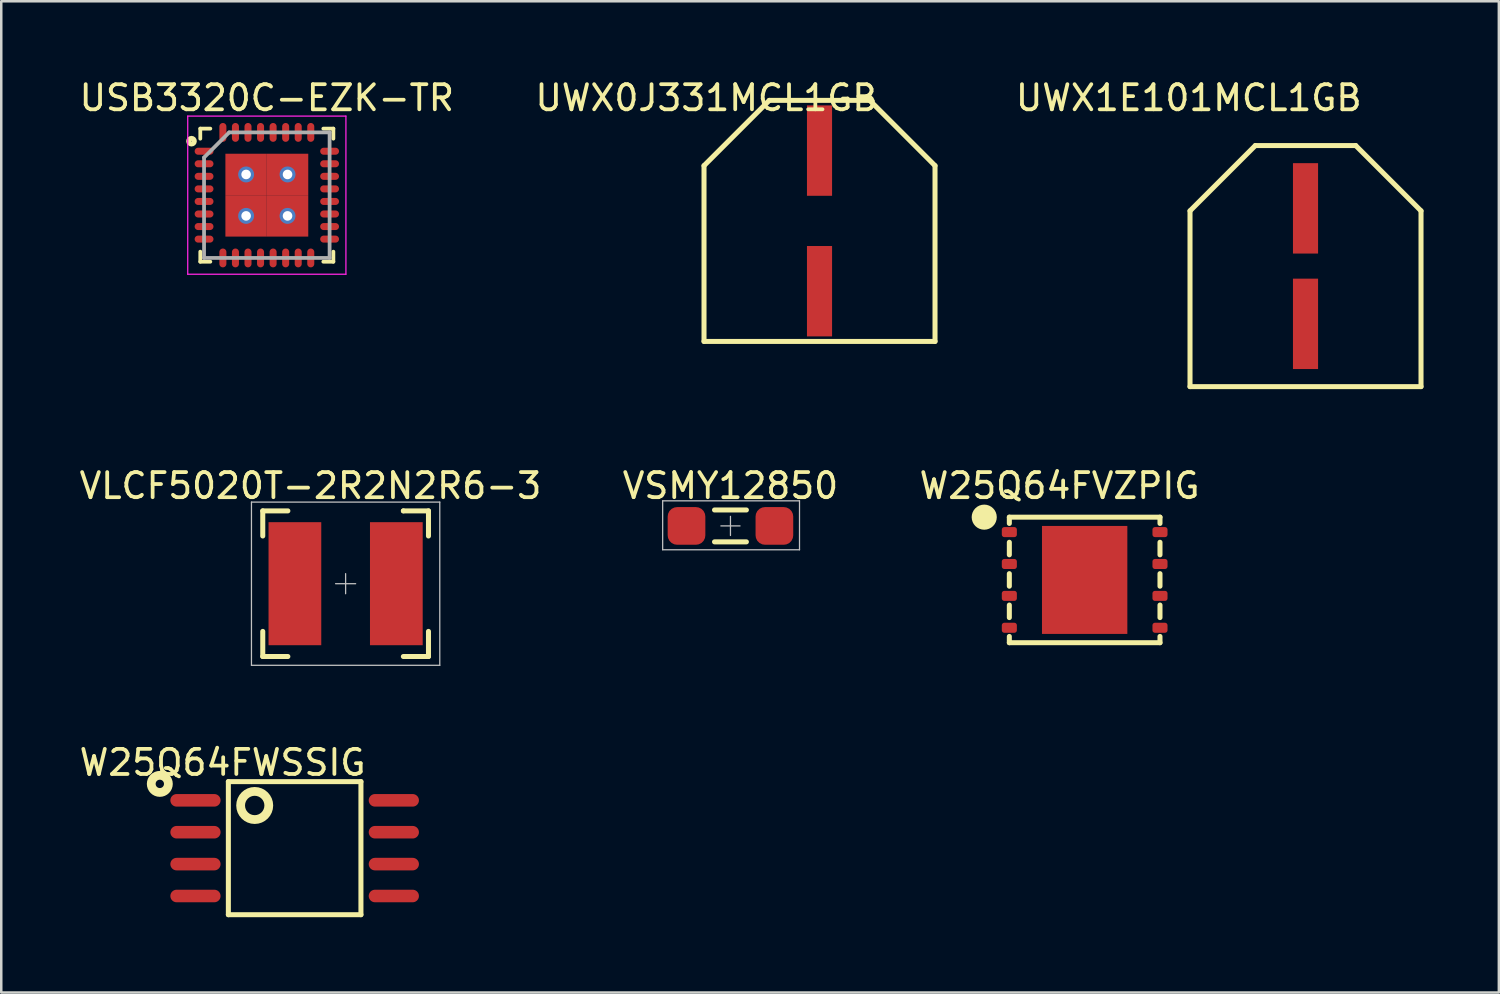
<source format=kicad_pcb>
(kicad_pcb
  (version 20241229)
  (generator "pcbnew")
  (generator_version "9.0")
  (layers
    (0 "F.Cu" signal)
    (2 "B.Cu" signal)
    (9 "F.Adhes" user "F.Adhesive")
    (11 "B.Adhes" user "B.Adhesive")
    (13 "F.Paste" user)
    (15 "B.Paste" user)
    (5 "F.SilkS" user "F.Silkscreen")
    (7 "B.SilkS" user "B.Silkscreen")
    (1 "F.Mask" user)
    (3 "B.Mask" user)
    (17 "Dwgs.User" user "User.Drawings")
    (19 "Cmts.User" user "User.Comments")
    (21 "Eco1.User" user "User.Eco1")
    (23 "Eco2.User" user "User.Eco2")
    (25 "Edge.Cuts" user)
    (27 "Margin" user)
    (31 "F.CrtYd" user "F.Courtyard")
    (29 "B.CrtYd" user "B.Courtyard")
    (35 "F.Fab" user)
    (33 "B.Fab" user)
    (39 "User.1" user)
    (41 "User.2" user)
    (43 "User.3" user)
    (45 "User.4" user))
  (footprint "UWX1E101MCL1GB"
    (layer "F.Cu")
    (at 48.945 7.548)
    (property "Reference" "UWX1E101MCL1GB" (at -4.65 -6.7 0) (layer "F.SilkS") (effects (font (size 1 1) (thickness 0.15))))
    (attr through_hole)
    (fp_line (start -4.6 -2.2) (end -4.6 4.8) (stroke (width 0.2) (type solid)) (layer "F.SilkS"))
    (fp_line (start -4.6 -2.2) (end -2 -4.8) (stroke (width 0.2) (type solid)) (layer "F.SilkS"))
    (fp_line (start -4.6 4.8) (end 4.6 4.8) (stroke (width 0.2) (type solid)) (layer "F.SilkS"))
    (fp_line (start -2 -4.8) (end 2 -4.8) (stroke (width 0.2) (type solid)) (layer "F.SilkS"))
    (fp_line (start 2 -4.8) (end 4.6 -2.2) (stroke (width 0.2) (type solid)) (layer "F.SilkS"))
    (fp_line (start 4.6 -2.2) (end 4.6 4.8) (stroke (width 0.2) (type solid)) (layer "F.SilkS"))
    (pad "1" smd rect (at 0 -2.3) (size 1 3.6) (layers "F.Cu" "F.Mask" "F.Paste"))
    (pad "2" smd rect (at 0 2.3) (size 1 3.6) (layers "F.Cu" "F.Mask" "F.Paste")))
  (footprint "W25Q64FVZPIG"
    (layer "F.Cu")
    (at 40.149 20.047)
    (property "Reference" "W25Q64FVZPIG" (at -1 -3.75 0) (layer "F.SilkS") (effects (font (size 1 1) (thickness 0.15))))
    (attr through_hole)
    (fp_line (start -3 -2.5) (end -3 -2.25) (stroke (width 0.2) (type solid)) (layer "F.SilkS"))
    (fp_line (start -3 -1.5) (end -3 -1) (stroke (width 0.2) (type solid)) (layer "F.SilkS"))
    (fp_line (start -3 -0.25) (end -3 0.25) (stroke (width 0.2) (type solid)) (layer "F.SilkS"))
    (fp_line (start -3 1) (end -3 1.5) (stroke (width 0.2) (type solid)) (layer "F.SilkS"))
    (fp_line (start -3 2.25) (end -3 2.5) (stroke (width 0.2) (type solid)) (layer "F.SilkS"))
    (fp_line (start 3 -2.5) (end -3 -2.5) (stroke (width 0.2) (type solid)) (layer "F.SilkS"))
    (fp_line (start 3 -2.5) (end 3 -2.25) (stroke (width 0.2) (type solid)) (layer "F.SilkS"))
    (fp_line (start 3 -1.5) (end 3 -1) (stroke (width 0.2) (type solid)) (layer "F.SilkS"))
    (fp_line (start 3 -0.25) (end 3 0.25) (stroke (width 0.2) (type solid)) (layer "F.SilkS"))
    (fp_line (start 3 1) (end 3 1.5) (stroke (width 0.2) (type solid)) (layer "F.SilkS"))
    (fp_line (start 3 2.25) (end 3 2.5) (stroke (width 0.2) (type solid)) (layer "F.SilkS"))
    (fp_line (start 3 2.5) (end -3 2.5) (stroke (width 0.2) (type solid)) (layer "F.SilkS"))
    (fp_circle (center -4 -2.5) (end -4 -2.25) (stroke (width 0.5) (type solid)) (fill no) (layer "F.SilkS"))
    (pad "1" smd roundrect (at -3 -1.905) (size 0.6 0.4) (layers "F.Cu" "F.Mask" "F.Paste") (roundrect_rratio 0.25))
    (pad "2" smd roundrect (at -3 -0.635) (size 0.6 0.4) (layers "F.Cu" "F.Mask" "F.Paste") (roundrect_rratio 0.25))
    (pad "3" smd roundrect (at -3 0.635) (size 0.6 0.4) (layers "F.Cu" "F.Mask" "F.Paste") (roundrect_rratio 0.25))
    (pad "4" smd roundrect (at -3 1.905) (size 0.6 0.4) (layers "F.Cu" "F.Mask" "F.Paste") (roundrect_rratio 0.25))
    (pad "5" smd roundrect (at 3 1.905) (size 0.6 0.4) (layers "F.Cu" "F.Mask" "F.Paste") (roundrect_rratio 0.25))
    (pad "6" smd roundrect (at 3 0.635) (size 0.6 0.4) (layers "F.Cu" "F.Mask" "F.Paste") (roundrect_rratio 0.25))
    (pad "7" smd roundrect (at 3 -0.635) (size 0.6 0.4) (layers "F.Cu" "F.Mask" "F.Paste") (roundrect_rratio 0.25))
    (pad "8" smd roundrect (at 3 -1.905) (size 0.6 0.4) (layers "F.Cu" "F.Mask" "F.Paste") (roundrect_rratio 0.25))
    (pad "9" smd rect (at 0 0) (size 3.4 4.3) (layers "F.Cu" "F.Mask" "F.Paste")))
  (footprint "USB3320C-EZK-TR"
    (layer "F.Cu")
    (at 7.577 4.723)
    (property "Reference" "USB3320C-EZK-TR" (at 0 -3.875 0) (layer "F.SilkS") (effects (font (size 1 1) (thickness 0.15))))
    (attr smd)
    (fp_line (start -2.65 -2.25) (end -2.65 -2.65) (stroke (width 0.15) (type solid)) (layer "F.SilkS"))
    (fp_line (start -2.65 2.65) (end -2.65 2.25) (stroke (width 0.15) (type solid)) (layer "F.SilkS"))
    (fp_line (start -2.25 -2.65) (end -2.65 -2.65) (stroke (width 0.15) (type solid)) (layer "F.SilkS"))
    (fp_line (start -2.25 2.65) (end -2.65 2.65) (stroke (width 0.15) (type solid)) (layer "F.SilkS"))
    (fp_line (start 2.25 -2.65) (end 2.65 -2.65) (stroke (width 0.15) (type solid)) (layer "F.SilkS"))
    (fp_line (start 2.25 2.65) (end 2.65 2.65) (stroke (width 0.15) (type solid)) (layer "F.SilkS"))
    (fp_line (start 2.65 -2.65) (end 2.65 -2.25) (stroke (width 0.15) (type solid)) (layer "F.SilkS"))
    (fp_line (start 2.65 2.65) (end 2.65 2.25) (stroke (width 0.15) (type solid)) (layer "F.SilkS"))
    (fp_circle (center -3 -2.15) (end -2.9 -2.1) (stroke (width 0.2) (type solid)) (fill no) (layer "F.SilkS"))
    (fp_line (start -3.15 -3.15) (end 3.15 -3.15) (stroke (width 0.05) (type solid)) (layer "F.CrtYd"))
    (fp_line (start -3.15 3.15) (end -3.15 -3.15) (stroke (width 0.05) (type solid)) (layer "F.CrtYd"))
    (fp_line (start 3.15 -3.15) (end 3.15 3.15) (stroke (width 0.05) (type solid)) (layer "F.CrtYd"))
    (fp_line (start 3.15 3.15) (end -3.15 3.15) (stroke (width 0.05) (type solid)) (layer "F.CrtYd"))
    (fp_line (start -2.5 -1.5) (end -2.5 2.5) (stroke (width 0.15) (type solid)) (layer "F.Fab"))
    (fp_line (start -2.5 2.5) (end 2.5 2.5) (stroke (width 0.15) (type solid)) (layer "F.Fab"))
    (fp_line (start -1.5 -2.5) (end -2.5 -1.5) (stroke (width 0.15) (type solid)) (layer "F.Fab"))
    (fp_line (start 2.5 -2.5) (end -1.5 -2.5) (stroke (width 0.15) (type solid)) (layer "F.Fab"))
    (fp_line (start 2.5 2.5) (end 2.5 -2.5) (stroke (width 0.15) (type solid)) (layer "F.Fab"))
    (pad "1" smd oval (at -2.5 -1.75 90) (size 0.28 0.75) (layers "F.Cu" "F.Mask" "F.Paste"))
    (pad "2" smd oval (at -2.5 -1.25 90) (size 0.28 0.75) (layers "F.Cu" "F.Mask" "F.Paste"))
    (pad "3" smd oval (at -2.5 -0.75 90) (size 0.28 0.75) (layers "F.Cu" "F.Mask" "F.Paste"))
    (pad "4" smd oval (at -2.5 -0.25 90) (size 0.28 0.75) (layers "F.Cu" "F.Mask" "F.Paste"))
    (pad "5" smd oval (at -2.5 0.25 90) (size 0.28 0.75) (layers "F.Cu" "F.Mask" "F.Paste"))
    (pad "6" smd oval (at -2.5 0.75 90) (size 0.28 0.75) (layers "F.Cu" "F.Mask" "F.Paste"))
    (pad "7" smd oval (at -2.5 1.25 90) (size 0.28 0.75) (layers "F.Cu" "F.Mask" "F.Paste"))
    (pad "8" smd oval (at -2.5 1.75 90) (size 0.28 0.75) (layers "F.Cu" "F.Mask" "F.Paste"))
    (pad "9" smd oval (at -1.75 2.5) (size 0.28 0.75) (layers "F.Cu" "F.Mask" "F.Paste"))
    (pad "10" smd oval (at -1.25 2.5) (size 0.28 0.75) (layers "F.Cu" "F.Mask" "F.Paste"))
    (pad "11" smd oval (at -0.75 2.5) (size 0.28 0.75) (layers "F.Cu" "F.Mask" "F.Paste"))
    (pad "12" smd oval (at -0.25 2.5) (size 0.28 0.75) (layers "F.Cu" "F.Mask" "F.Paste"))
    (pad "13" smd oval (at 0.25 2.5) (size 0.28 0.75) (layers "F.Cu" "F.Mask" "F.Paste"))
    (pad "14" smd oval (at 0.75 2.5) (size 0.28 0.75) (layers "F.Cu" "F.Mask" "F.Paste"))
    (pad "15" smd oval (at 1.25 2.5) (size 0.28 0.75) (layers "F.Cu" "F.Mask" "F.Paste"))
    (pad "16" smd oval (at 1.75 2.5) (size 0.28 0.75) (layers "F.Cu" "F.Mask" "F.Paste"))
    (pad "17" smd oval (at 2.5 1.75 90) (size 0.28 0.75) (layers "F.Cu" "F.Mask" "F.Paste"))
    (pad "18" smd oval (at 2.5 1.25 90) (size 0.28 0.75) (layers "F.Cu" "F.Mask" "F.Paste"))
    (pad "19" smd oval (at 2.5 0.75 90) (size 0.28 0.75) (layers "F.Cu" "F.Mask" "F.Paste"))
    (pad "20" smd oval (at 2.5 0.25 90) (size 0.28 0.75) (layers "F.Cu" "F.Mask" "F.Paste"))
    (pad "21" smd oval (at 2.5 -0.25 90) (size 0.28 0.75) (layers "F.Cu" "F.Mask" "F.Paste"))
    (pad "22" smd oval (at 2.5 -0.75 90) (size 0.28 0.75) (layers "F.Cu" "F.Mask" "F.Paste"))
    (pad "23" smd oval (at 2.5 -1.25 90) (size 0.28 0.75) (layers "F.Cu" "F.Mask" "F.Paste"))
    (pad "24" smd oval (at 2.5 -1.75 90) (size 0.28 0.75) (layers "F.Cu" "F.Mask" "F.Paste"))
    (pad "25" smd oval (at 1.75 -2.5) (size 0.28 0.75) (layers "F.Cu" "F.Mask" "F.Paste"))
    (pad "26" smd oval (at 1.25 -2.5) (size 0.28 0.75) (layers "F.Cu" "F.Mask" "F.Paste"))
    (pad "27" smd oval (at 0.75 -2.5) (size 0.28 0.75) (layers "F.Cu" "F.Mask" "F.Paste"))
    (pad "28" smd oval (at 0.25 -2.5) (size 0.28 0.75) (layers "F.Cu" "F.Mask" "F.Paste"))
    (pad "29" smd oval (at -0.25 -2.5) (size 0.28 0.75) (layers "F.Cu" "F.Mask" "F.Paste"))
    (pad "30" smd oval (at -0.75 -2.5) (size 0.28 0.75) (layers "F.Cu" "F.Mask" "F.Paste"))
    (pad "31" smd oval (at -1.25 -2.5) (size 0.28 0.75) (layers "F.Cu" "F.Mask" "F.Paste"))
    (pad "32" smd oval (at -1.75 -2.5) (size 0.28 0.75) (layers "F.Cu" "F.Mask" "F.Paste"))
    (pad "33" thru_hole circle (at -0.825 -0.825) (size 0.635 0.635) (drill 0.381) (layers "*.Cu" "*.Mask"))
    (pad "33" smd rect (at -0.825 -0.825) (size 1.65 1.65) (layers "F.Cu" "F.Mask" "F.Paste"))
    (pad "33" thru_hole circle (at -0.825 0.825) (size 0.635 0.635) (drill 0.381) (layers "*.Cu" "*.Mask"))
    (pad "33" smd rect (at -0.825 0.825) (size 1.65 1.65) (layers "F.Cu" "F.Mask" "F.Paste"))
    (pad "33" thru_hole circle (at 0.825 -0.825) (size 0.635 0.635) (drill 0.381) (layers "*.Cu" "*.Mask"))
    (pad "33" smd rect (at 0.825 -0.825) (size 1.65 1.65) (layers "F.Cu" "F.Mask" "F.Paste"))
    (pad "33" thru_hole circle (at 0.825 0.825) (size 0.635 0.635) (drill 0.381) (layers "*.Cu" "*.Mask"))
    (pad "33" smd rect (at 0.825 0.825) (size 1.65 1.65) (layers "F.Cu" "F.Mask" "F.Paste")))
  (footprint "VLCF5020T-2R2N2R6-3"
    (layer "F.Cu")
    (at 10.715 20.197)
    (property "Reference" "VLCF5020T-2R2N2R6-3" (at -1.4 -3.9 0) (layer "F.SilkS") (effects (font (size 1 1) (thickness 0.15))))
    (attr through_hole)
    (fp_line (start -3.3 -2.9) (end -3.3 -1.9) (stroke (width 0.2) (type solid)) (layer "F.SilkS"))
    (fp_line (start -3.3 -2.9) (end -2.3 -2.9) (stroke (width 0.2) (type solid)) (layer "F.SilkS"))
    (fp_line (start -3.3 2.9) (end -3.3 1.9) (stroke (width 0.2) (type solid)) (layer "F.SilkS"))
    (fp_line (start -3.3 2.9) (end -2.3 2.9) (stroke (width 0.2) (type solid)) (layer "F.SilkS"))
    (fp_line (start 2.3 -2.9) (end 2.3 -2.9) (stroke (width 0.2) (type solid)) (layer "F.SilkS"))
    (fp_line (start 3.3 -2.9) (end 2.3 -2.9) (stroke (width 0.2) (type solid)) (layer "F.SilkS"))
    (fp_line (start 3.3 -2.9) (end 3.3 -1.9) (stroke (width 0.2) (type solid)) (layer "F.SilkS"))
    (fp_line (start 3.3 2.9) (end 2.3 2.9) (stroke (width 0.2) (type solid)) (layer "F.SilkS"))
    (fp_line (start 3.3 2.9) (end 3.3 1.9) (stroke (width 0.2) (type solid)) (layer "F.SilkS"))
    (fp_line (start -3.75 -3.25) (end -3.75 3.25) (stroke (width 0.05) (type solid)) (layer "Dwgs.User"))
    (fp_line (start -3.75 3.25) (end 3.75 3.25) (stroke (width 0.05) (type solid)) (layer "Dwgs.User"))
    (fp_line (start -0.4 0) (end 0.4 0) (stroke (width 0.05) (type solid)) (layer "Dwgs.User"))
    (fp_line (start 0 0.4) (end 0 -0.4) (stroke (width 0.05) (type solid)) (layer "Dwgs.User"))
    (fp_line (start 3.75 -3.25) (end -3.75 -3.25) (stroke (width 0.05) (type solid)) (layer "Dwgs.User"))
    (fp_line (start 3.75 3.25) (end 3.75 -3.25) (stroke (width 0.05) (type solid)) (layer "Dwgs.User"))
    (fp_line (start -2.5 -2.65) (end -2.5 2.65) (stroke (width 0.2) (type solid)) (layer "Eco1.User"))
    (fp_line (start -2.5 -2.65) (end 2.5 -2.65) (stroke (width 0.2) (type solid)) (layer "Eco1.User"))
    (fp_line (start 2.5 -2.65) (end 2.5 2.65) (stroke (width 0.2) (type solid)) (layer "Eco1.User"))
    (fp_line (start 2.5 2.65) (end -2.5 2.65) (stroke (width 0.2) (type solid)) (layer "Eco1.User"))
    (pad "1" smd rect (at -2.02 0) (size 2.1 4.9) (layers "F.Cu" "F.Mask" "F.Paste"))
    (pad "2" smd rect (at 2.02 0) (size 2.1 4.9) (layers "F.Cu" "F.Mask" "F.Paste")))
  (footprint "UWX0J331MCL1GB"
    (layer "F.Cu")
    (at 29.589 5.748)
    (property "Reference" "UWX0J331MCL1GB" (at -4.5 -4.9 0) (layer "F.SilkS") (effects (font (size 1 1) (thickness 0.15))))
    (attr through_hole)
    (fp_line (start -4.6 -2.2) (end -4.6 4.8) (stroke (width 0.2) (type solid)) (layer "F.SilkS"))
    (fp_line (start -4.6 -2.2) (end -2 -4.8) (stroke (width 0.2) (type solid)) (layer "F.SilkS"))
    (fp_line (start -4.6 4.8) (end 4.6 4.8) (stroke (width 0.2) (type solid)) (layer "F.SilkS"))
    (fp_line (start -2 -4.8) (end 2 -4.8) (stroke (width 0.2) (type solid)) (layer "F.SilkS"))
    (fp_line (start 2 -4.8) (end 4.6 -2.2) (stroke (width 0.2) (type solid)) (layer "F.SilkS"))
    (fp_line (start 4.6 -2.2) (end 4.6 4.8) (stroke (width 0.2) (type solid)) (layer "F.SilkS"))
    (pad "1" smd rect (at 0 -2.8) (size 1 3.6) (layers "F.Cu" "F.Mask" "F.Paste"))
    (pad "2" smd rect (at 0 2.8) (size 1 3.6) (layers "F.Cu" "F.Mask" "F.Paste")))
  (footprint "W25Q64FWSSIG"
    (layer "F.Cu")
    (at 8.685 30.73)
    (property "Reference" "W25Q64FWSSIG" (at -2.87 -3.41 0) (layer "F.SilkS") (effects (font (size 1 1) (thickness 0.15))))
    (attr through_hole)
    (fp_line (start -2.64 -2.65) (end 2.64 -2.65) (stroke (width 0.2) (type solid)) (layer "F.SilkS"))
    (fp_line (start -2.64 2.65) (end -2.64 -2.65) (stroke (width 0.2) (type solid)) (layer "F.SilkS"))
    (fp_line (start -2.64 2.65) (end 2.64 2.65) (stroke (width 0.2) (type solid)) (layer "F.SilkS"))
    (fp_line (start 2.64 2.65) (end 2.64 -2.65) (stroke (width 0.2) (type solid)) (layer "F.SilkS"))
    (fp_circle (center -5.37 -2.56) (end -5.28 -2.42) (stroke (width 0.35) (type solid)) (fill no) (layer "F.SilkS"))
    (fp_circle (center -1.591 -1.7) (end -1.301 -1.22) (stroke (width 0.35) (type solid)) (fill no) (layer "F.SilkS"))
    (pad "1" smd oval (at -3.95 -1.905) (size 2 0.5) (layers "F.Cu" "F.Mask" "F.Paste"))
    (pad "2" smd oval (at -3.95 -0.635) (size 2 0.5) (layers "F.Cu" "F.Mask" "F.Paste"))
    (pad "3" smd oval (at -3.95 0.635) (size 2 0.5) (layers "F.Cu" "F.Mask" "F.Paste"))
    (pad "4" smd oval (at -3.95 1.905) (size 2 0.5) (layers "F.Cu" "F.Mask" "F.Paste"))
    (pad "5" smd oval (at 3.95 1.905) (size 2 0.5) (layers "F.Cu" "F.Mask" "F.Paste"))
    (pad "6" smd oval (at 3.95 0.635) (size 2 0.5) (layers "F.Cu" "F.Mask" "F.Paste"))
    (pad "7" smd oval (at 3.95 -0.635) (size 2 0.5) (layers "F.Cu" "F.Mask" "F.Paste"))
    (pad "8" smd oval (at 3.95 -1.905) (size 2 0.5) (layers "F.Cu" "F.Mask" "F.Paste")))
  (footprint "VSMY12850"
    (layer "F.Cu")
    (at 26.042 17.896)
    (property "Reference" "VSMY12850" (at 0 -1.6 0) (layer "F.SilkS") (effects (font (size 1 1) (thickness 0.15))))
    (attr through_hole)
    (fp_line (start -0.635 -0.635) (end 0.635 -0.635) (stroke (width 0.2) (type solid)) (layer "F.SilkS"))
    (fp_line (start 0.635 0.635) (end -0.635 0.635) (stroke (width 0.2) (type solid)) (layer "F.SilkS"))
    (fp_line (start -2.7 -1) (end 2.75 -1) (stroke (width 0.05) (type solid)) (layer "Dwgs.User"))
    (fp_line (start -2.7 0.95) (end -2.7 -1) (stroke (width 0.05) (type solid)) (layer "Dwgs.User"))
    (fp_line (start 0 -0.381) (end 0 0.381) (stroke (width 0.05) (type solid)) (layer "Dwgs.User"))
    (fp_line (start 0.381 0) (end -0.381 0) (stroke (width 0.05) (type solid)) (layer "Dwgs.User"))
    (fp_line (start 2.75 -1) (end 2.75 0.95) (stroke (width 0.05) (type solid)) (layer "Dwgs.User"))
    (fp_line (start 2.75 0.95) (end -2.7 0.95) (stroke (width 0.05) (type solid)) (layer "Dwgs.User"))
    (fp_line (start -1.65 -0.7) (end 1.675 -0.7) (stroke (width 0.05) (type solid)) (layer "Eco1.User"))
    (fp_line (start -1.65 0.7) (end -1.65 -0.7) (stroke (width 0.05) (type solid)) (layer "Eco1.User"))
    (fp_line (start 1.65 -0.7) (end 1.65 0.7) (stroke (width 0.05) (type solid)) (layer "Eco1.User"))
    (fp_line (start 1.65 0.7) (end -1.65 0.7) (stroke (width 0.05) (type solid)) (layer "Eco1.User"))
    (pad "1" smd roundrect (at -1.75 0) (size 1.5 1.5) (layers "F.Cu" "F.Mask" "F.Paste") (roundrect_rratio 0.25))
    (pad "2" smd roundrect (at 1.75 0) (size 1.5 1.5) (layers "F.Cu" "F.Mask" "F.Paste") (roundrect_rratio 0.25)))
  (gr_rect
    (start -3 -3)
    (end 56.645 36.48)
    (stroke (width 0.1) (type default))
    (fill no)
    (layer "Edge.Cuts")))
</source>
